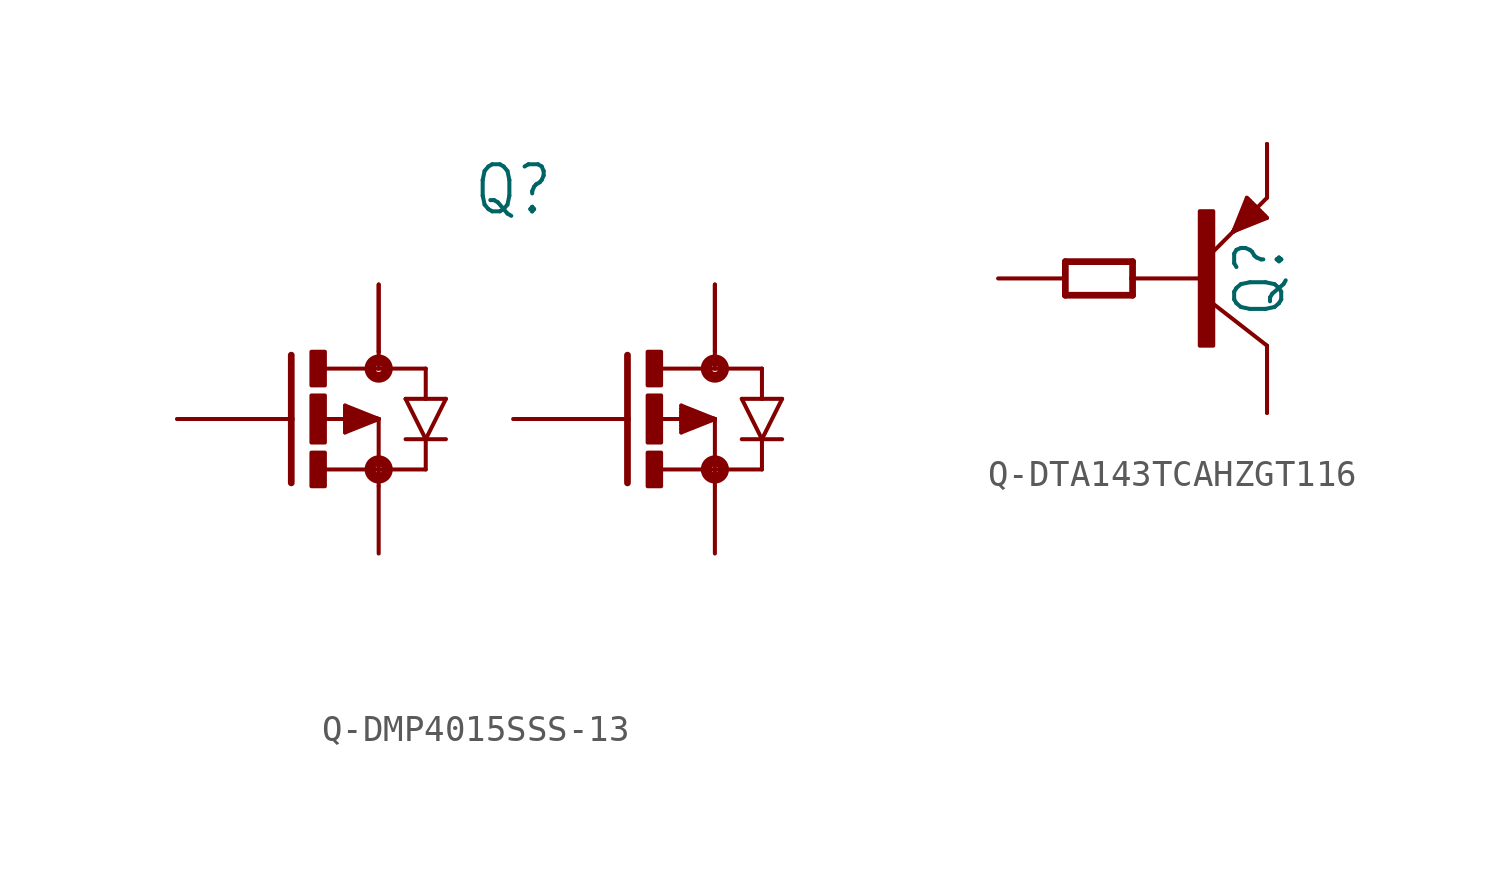
<source format=kicad_sym>
(kicad_symbol_lib
  (version 20231120)
  (generator "kicad_symbol_editor")
  (generator_version "8.0")
  (symbol "Q-DMP4015SSS-13"
    (property "Reference" "Q"
      (at 2.54 7.62 0)
      (effects (font (size 1.778 1.511)) (justify bottom)))
    (property "Value" ""
      (at 2.54 -8.382 0)
      (effects (font (size 1.778 1.511)) (justify top)))
    (property "ki_locked" ""
      (at 0 0 0)
      (effects (font (size 1.27 1.27))))
    (symbol "Q-DMP4015SSS-13_1_0"
      (rectangle (start -5.08 -2.54) (end -4.572 -1.27) (stroke (width 0) (type default)) (fill (type outline)))
      (rectangle (start -5.08 -0.889) (end -4.572 0.889) (stroke (width 0) (type default)) (fill (type outline)))
      (rectangle (start -5.08 1.27) (end -4.572 2.54) (stroke (width 0) (type default)) (fill (type outline)))
      (circle (center -2.54 -1.905) (radius 0.127) (stroke (width 0.406) (type solid)) (fill (type none)))
      (circle (center -2.54 1.905) (radius 0.127) (stroke (width 0.406) (type solid)) (fill (type none)))
      (polyline (pts (xy -5.842 0) (xy -7.62 0)) (stroke (width 0.152) (type solid)) (fill (type none)))
      (polyline (pts (xy -5.842 0) (xy -5.842 -2.413)) (stroke (width 0.254) (type solid)) (fill (type none)))
      (polyline (pts (xy -5.842 2.413) (xy -5.842 0)) (stroke (width 0.254) (type solid)) (fill (type none)))
      (polyline (pts (xy -4.572 -1.905) (xy -2.54 -1.905)) (stroke (width 0.152) (type solid)) (fill (type none)))
      (polyline (pts (xy -3.81 -0.508) (xy -2.54 0)) (stroke (width 0.152) (type solid)) (fill (type none)))
      (polyline (pts (xy -3.81 -0.381) (xy -3.81 -0.508)) (stroke (width 0.152) (type solid)) (fill (type none)))
      (polyline (pts (xy -3.81 -0.254) (xy -3.81 -0.381)) (stroke (width 0.152) (type solid)) (fill (type none)))
      (polyline (pts (xy -3.81 -0.127) (xy -3.81 -0.254)) (stroke (width 0.152) (type solid)) (fill (type none)))
      (polyline (pts (xy -3.81 0.127) (xy -3.81 -0.127)) (stroke (width 0.152) (type solid)) (fill (type none)))
      (polyline (pts (xy -3.81 0.254) (xy -3.81 0.127)) (stroke (width 0.152) (type solid)) (fill (type none)))
      (polyline (pts (xy -3.81 0.381) (xy -3.81 0.254)) (stroke (width 0.152) (type solid)) (fill (type none)))
      (polyline (pts (xy -3.81 0.508) (xy -3.81 0.381)) (stroke (width 0.152) (type solid)) (fill (type none)))
      (polyline (pts (xy -3.81 0.508) (xy -2.54 0)) (stroke (width 0.152) (type solid)) (fill (type none)))
      (polyline (pts (xy -2.54 -1.905) (xy -2.54 -2.54)) (stroke (width 0.152) (type solid)) (fill (type none)))
      (polyline (pts (xy -2.54 0) (xy -4.572 0)) (stroke (width 0.152) (type solid)) (fill (type none)))
      (polyline (pts (xy -2.54 0) (xy -3.81 -0.381)) (stroke (width 0.152) (type solid)) (fill (type none)))
      (polyline (pts (xy -2.54 0) (xy -3.81 -0.254)) (stroke (width 0.152) (type solid)) (fill (type none)))
      (polyline (pts (xy -2.54 0) (xy -3.81 -0.127)) (stroke (width 0.152) (type solid)) (fill (type none)))
      (polyline (pts (xy -2.54 0) (xy -3.81 0.127)) (stroke (width 0.152) (type solid)) (fill (type none)))
      (polyline (pts (xy -2.54 0) (xy -3.81 0.254)) (stroke (width 0.152) (type solid)) (fill (type none)))
      (polyline (pts (xy -2.54 0) (xy -3.81 0.381)) (stroke (width 0.152) (type solid)) (fill (type none)))
      (polyline (pts (xy -2.54 0) (xy -2.54 -1.905)) (stroke (width 0.152) (type solid)) (fill (type none)))
      (polyline (pts (xy -2.54 1.905) (xy -4.547 1.905)) (stroke (width 0.152) (type solid)) (fill (type none)))
      (polyline (pts (xy -2.54 2.54) (xy -2.54 1.905)) (stroke (width 0.152) (type solid)) (fill (type none)))
      (polyline (pts (xy -1.524 0.762) (xy -0.762 -0.762)) (stroke (width 0.152) (type solid)) (fill (type none)))
      (polyline (pts (xy -0.762 -1.905) (xy -2.54 -1.905)) (stroke (width 0.152) (type solid)) (fill (type none)))
      (polyline (pts (xy -0.762 -1.905) (xy -0.762 -0.762)) (stroke (width 0.152) (type solid)) (fill (type none)))
      (polyline (pts (xy -0.762 -0.762) (xy -1.524 -0.762)) (stroke (width 0.152) (type solid)) (fill (type none)))
      (polyline (pts (xy -0.762 -0.762) (xy 0 0.762)) (stroke (width 0.152) (type solid)) (fill (type none)))
      (polyline (pts (xy -0.762 0.762) (xy -1.524 0.762)) (stroke (width 0.152) (type solid)) (fill (type none)))
      (polyline (pts (xy -0.762 1.905) (xy -2.54 1.905)) (stroke (width 0.152) (type solid)) (fill (type none)))
      (polyline (pts (xy -0.762 1.905) (xy -0.762 0.762)) (stroke (width 0.152) (type solid)) (fill (type none)))
      (polyline (pts (xy 0 -0.762) (xy -0.762 -0.762)) (stroke (width 0.152) (type solid)) (fill (type none)))
      (polyline (pts (xy 0 0.762) (xy -0.762 0.762)) (stroke (width 0.152) (type solid)) (fill (type none)))
      (polyline (pts (xy 6.858 0) (xy 5.08 0)) (stroke (width 0.152) (type solid)) (fill (type none)))
      (polyline (pts (xy 6.858 0) (xy 6.858 -2.413)) (stroke (width 0.254) (type solid)) (fill (type none)))
      (polyline (pts (xy 6.858 2.413) (xy 6.858 0)) (stroke (width 0.254) (type solid)) (fill (type none)))
      (polyline (pts (xy 8.128 -1.905) (xy 10.16 -1.905)) (stroke (width 0.152) (type solid)) (fill (type none)))
      (polyline (pts (xy 8.89 -0.508) (xy 10.16 0)) (stroke (width 0.152) (type solid)) (fill (type none)))
      (polyline (pts (xy 8.89 -0.381) (xy 8.89 -0.508)) (stroke (width 0.152) (type solid)) (fill (type none)))
      (polyline (pts (xy 8.89 -0.254) (xy 8.89 -0.381)) (stroke (width 0.152) (type solid)) (fill (type none)))
      (polyline (pts (xy 8.89 -0.127) (xy 8.89 -0.254)) (stroke (width 0.152) (type solid)) (fill (type none)))
      (polyline (pts (xy 8.89 0.127) (xy 8.89 -0.127)) (stroke (width 0.152) (type solid)) (fill (type none)))
      (polyline (pts (xy 8.89 0.254) (xy 8.89 0.127)) (stroke (width 0.152) (type solid)) (fill (type none)))
      (polyline (pts (xy 8.89 0.381) (xy 8.89 0.254)) (stroke (width 0.152) (type solid)) (fill (type none)))
      (polyline (pts (xy 8.89 0.508) (xy 8.89 0.381)) (stroke (width 0.152) (type solid)) (fill (type none)))
      (polyline (pts (xy 8.89 0.508) (xy 10.16 0)) (stroke (width 0.152) (type solid)) (fill (type none)))
      (polyline (pts (xy 10.16 -1.905) (xy 10.16 -2.54)) (stroke (width 0.152) (type solid)) (fill (type none)))
      (polyline (pts (xy 10.16 0) (xy 8.128 0)) (stroke (width 0.152) (type solid)) (fill (type none)))
      (polyline (pts (xy 10.16 0) (xy 8.89 -0.381)) (stroke (width 0.152) (type solid)) (fill (type none)))
      (polyline (pts (xy 10.16 0) (xy 8.89 -0.254)) (stroke (width 0.152) (type solid)) (fill (type none)))
      (polyline (pts (xy 10.16 0) (xy 8.89 -0.127)) (stroke (width 0.152) (type solid)) (fill (type none)))
      (polyline (pts (xy 10.16 0) (xy 8.89 0.127)) (stroke (width 0.152) (type solid)) (fill (type none)))
      (polyline (pts (xy 10.16 0) (xy 8.89 0.254)) (stroke (width 0.152) (type solid)) (fill (type none)))
      (polyline (pts (xy 10.16 0) (xy 8.89 0.381)) (stroke (width 0.152) (type solid)) (fill (type none)))
      (polyline (pts (xy 10.16 0) (xy 10.16 -1.905)) (stroke (width 0.152) (type solid)) (fill (type none)))
      (polyline (pts (xy 10.16 1.905) (xy 8.153 1.905)) (stroke (width 0.152) (type solid)) (fill (type none)))
      (polyline (pts (xy 10.16 2.54) (xy 10.16 1.905)) (stroke (width 0.152) (type solid)) (fill (type none)))
      (polyline (pts (xy 11.176 0.762) (xy 11.938 -0.762)) (stroke (width 0.152) (type solid)) (fill (type none)))
      (polyline (pts (xy 11.938 -1.905) (xy 10.16 -1.905)) (stroke (width 0.152) (type solid)) (fill (type none)))
      (polyline (pts (xy 11.938 -1.905) (xy 11.938 -0.762)) (stroke (width 0.152) (type solid)) (fill (type none)))
      (polyline (pts (xy 11.938 -0.762) (xy 11.176 -0.762)) (stroke (width 0.152) (type solid)) (fill (type none)))
      (polyline (pts (xy 11.938 -0.762) (xy 12.7 0.762)) (stroke (width 0.152) (type solid)) (fill (type none)))
      (polyline (pts (xy 11.938 0.762) (xy 11.176 0.762)) (stroke (width 0.152) (type solid)) (fill (type none)))
      (polyline (pts (xy 11.938 1.905) (xy 10.16 1.905)) (stroke (width 0.152) (type solid)) (fill (type none)))
      (polyline (pts (xy 11.938 1.905) (xy 11.938 0.762)) (stroke (width 0.152) (type solid)) (fill (type none)))
      (polyline (pts (xy 12.7 -0.762) (xy 11.938 -0.762)) (stroke (width 0.152) (type solid)) (fill (type none)))
      (polyline (pts (xy 12.7 0.762) (xy 11.938 0.762)) (stroke (width 0.152) (type solid)) (fill (type none)))
      (rectangle (start 7.62 -2.54) (end 8.128 -1.27) (stroke (width 0) (type default)) (fill (type outline)))
      (rectangle (start 7.62 -0.889) (end 8.128 0.889) (stroke (width 0) (type default)) (fill (type outline)))
      (rectangle (start 7.62 1.27) (end 8.128 2.54) (stroke (width 0) (type default)) (fill (type outline)))
      (circle (center 10.16 -1.905) (radius 0.127) (stroke (width 0.406) (type solid)) (fill (type none)))
      (circle (center 10.16 1.905) (radius 0.127) (stroke (width 0.406) (type solid)) (fill (type none)))
      (pin passive line (at 10.16 -5.08 90) (length 2.54) (name "S1" (effects (font (size 0 0)))) (number "1" (effects (font (size 0 0)))))
      (pin passive line (at 2.54 0 0) (length 2.54) (name "G1" (effects (font (size 0 0)))) (number "2" (effects (font (size 0 0)))))
      (pin passive line (at -2.54 -5.08 90) (length 2.54) (name "S2" (effects (font (size 0 0)))) (number "3" (effects (font (size 0 0)))))
      (pin passive line (at -10.16 0 0) (length 2.54) (name "G2" (effects (font (size 0 0)))) (number "4" (effects (font (size 0 0)))))
      (pin passive line (at -2.54 5.08 270) (length 2.54) (name "D2" (effects (font (size 0 0)))) (number "5" (effects (font (size 0 0)))))
      (pin passive line (at -2.54 5.08 270) (length 2.54) (name "D2" (effects (font (size 0 0)))) (number "6" (effects (font (size 0 0)))))
      (pin passive line (at 10.16 5.08 270) (length 2.54) (name "D1" (effects (font (size 0 0)))) (number "7" (effects (font (size 0 0)))))
      (pin passive line (at 10.16 5.08 270) (length 2.54) (name "D1" (effects (font (size 0 0)))) (number "8" (effects (font (size 0 0)))))))
  (symbol "Q-DTA143TCAHZGT116"
    (property "Reference" "Q"
      (at 3.302 0 90)
      (effects (font (size 1.778 1.511)) (justify bottom)))
    (property "Value" ""
      (at 5.842 0 90)
      (effects (font (size 1.778 1.511)) (justify bottom)))
    (property "ki_locked" ""
      (at 0 0 0)
      (effects (font (size 1.27 1.27))))
    (symbol "Q-DTA143TCAHZGT116_1_0"
      (rectangle (start 0 -2.54) (end 0.508 2.54) (stroke (width 0) (type default)) (fill (type outline)))
      (polyline (pts (xy -5.08 -0.635) (xy -5.08 0.635)) (stroke (width 0.254) (type solid)) (fill (type none)))
      (polyline (pts (xy -5.08 0.635) (xy -2.54 0.635)) (stroke (width 0.254) (type solid)) (fill (type none)))
      (polyline (pts (xy -2.54 -0.635) (xy -5.08 -0.635)) (stroke (width 0.254) (type solid)) (fill (type none)))
      (polyline (pts (xy -2.54 0) (xy -2.54 -0.635)) (stroke (width 0.254) (type solid)) (fill (type none)))
      (polyline (pts (xy -2.54 0) (xy 0.254 0)) (stroke (width 0.152) (type solid)) (fill (type none)))
      (polyline (pts (xy -2.54 0.635) (xy -2.54 0)) (stroke (width 0.254) (type solid)) (fill (type none)))
      (polyline (pts (xy 1.27 1.778) (xy 0.254 0.762)) (stroke (width 0.152) (type solid)) (fill (type none)))
      (polyline (pts (xy 1.27 1.778) (xy 1.778 3.048)) (stroke (width 0.152) (type solid)) (fill (type none)))
      (polyline (pts (xy 1.27 1.778) (xy 1.841 2.985)) (stroke (width 0.152) (type solid)) (fill (type none)))
      (polyline (pts (xy 1.27 1.778) (xy 1.905 2.921)) (stroke (width 0.152) (type solid)) (fill (type none)))
      (polyline (pts (xy 1.27 1.778) (xy 1.968 2.857)) (stroke (width 0.152) (type solid)) (fill (type none)))
      (polyline (pts (xy 1.27 1.778) (xy 2.032 2.794)) (stroke (width 0.152) (type solid)) (fill (type none)))
      (polyline (pts (xy 1.27 1.778) (xy 2.095 2.731)) (stroke (width 0.152) (type solid)) (fill (type none)))
      (polyline (pts (xy 1.27 1.778) (xy 2.223 2.603)) (stroke (width 0.152) (type solid)) (fill (type none)))
      (polyline (pts (xy 1.27 1.778) (xy 2.286 2.54)) (stroke (width 0.152) (type solid)) (fill (type none)))
      (polyline (pts (xy 1.27 1.778) (xy 2.349 2.477)) (stroke (width 0.152) (type solid)) (fill (type none)))
      (polyline (pts (xy 1.27 1.778) (xy 2.413 2.413)) (stroke (width 0.152) (type solid)) (fill (type none)))
      (polyline (pts (xy 1.27 1.778) (xy 2.477 2.349)) (stroke (width 0.152) (type solid)) (fill (type none)))
      (polyline (pts (xy 1.778 3.048) (xy 1.841 2.985)) (stroke (width 0.152) (type solid)) (fill (type none)))
      (polyline (pts (xy 1.841 2.985) (xy 1.905 2.921)) (stroke (width 0.152) (type solid)) (fill (type none)))
      (polyline (pts (xy 1.905 2.921) (xy 1.968 2.857)) (stroke (width 0.152) (type solid)) (fill (type none)))
      (polyline (pts (xy 1.968 2.857) (xy 2.032 2.794)) (stroke (width 0.152) (type solid)) (fill (type none)))
      (polyline (pts (xy 2.032 2.794) (xy 2.095 2.731)) (stroke (width 0.152) (type solid)) (fill (type none)))
      (polyline (pts (xy 2.095 2.731) (xy 2.223 2.603)) (stroke (width 0.152) (type solid)) (fill (type none)))
      (polyline (pts (xy 2.223 2.603) (xy 2.286 2.54)) (stroke (width 0.152) (type solid)) (fill (type none)))
      (polyline (pts (xy 2.286 2.54) (xy 2.349 2.477)) (stroke (width 0.152) (type solid)) (fill (type none)))
      (polyline (pts (xy 2.349 2.477) (xy 2.413 2.413)) (stroke (width 0.152) (type solid)) (fill (type none)))
      (polyline (pts (xy 2.413 2.413) (xy 2.477 2.349)) (stroke (width 0.152) (type solid)) (fill (type none)))
      (polyline (pts (xy 2.477 2.349) (xy 2.54 2.286)) (stroke (width 0.152) (type solid)) (fill (type none)))
      (polyline (pts (xy 2.54 -2.54) (xy 0.254 -0.762)) (stroke (width 0.152) (type solid)) (fill (type none)))
      (polyline (pts (xy 2.54 -2.54) (xy 2.54 -5.08)) (stroke (width 0.152) (type solid)) (fill (type none)))
      (polyline (pts (xy 2.54 2.286) (xy 1.27 1.778)) (stroke (width 0.152) (type solid)) (fill (type none)))
      (polyline (pts (xy 2.54 3.048) (xy 1.27 1.778)) (stroke (width 0.152) (type solid)) (fill (type none)))
      (polyline (pts (xy 2.54 3.048) (xy 2.54 5.08)) (stroke (width 0.152) (type solid)) (fill (type none)))
      (pin passive line (at -7.62 0 0) (length 2.54) (name "B" (effects (font (size 0 0)))) (number "1" (effects (font (size 0 0)))))
      (pin passive line (at 2.54 5.08 270) (length 0) (name "E" (effects (font (size 0 0)))) (number "2" (effects (font (size 0 0)))))
      (pin passive line (at 2.54 -5.08 90) (length 0) (name "C" (effects (font (size 0 0)))) (number "3" (effects (font (size 0 0))))))))
</source>
